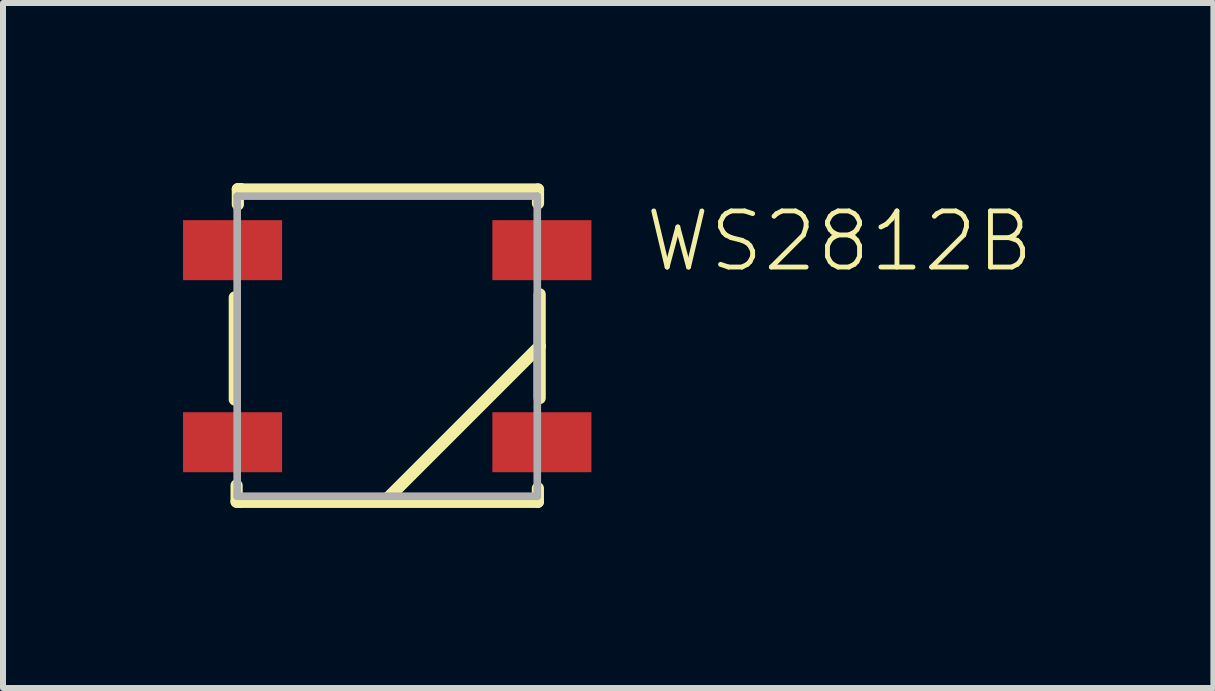
<source format=kicad_pcb>
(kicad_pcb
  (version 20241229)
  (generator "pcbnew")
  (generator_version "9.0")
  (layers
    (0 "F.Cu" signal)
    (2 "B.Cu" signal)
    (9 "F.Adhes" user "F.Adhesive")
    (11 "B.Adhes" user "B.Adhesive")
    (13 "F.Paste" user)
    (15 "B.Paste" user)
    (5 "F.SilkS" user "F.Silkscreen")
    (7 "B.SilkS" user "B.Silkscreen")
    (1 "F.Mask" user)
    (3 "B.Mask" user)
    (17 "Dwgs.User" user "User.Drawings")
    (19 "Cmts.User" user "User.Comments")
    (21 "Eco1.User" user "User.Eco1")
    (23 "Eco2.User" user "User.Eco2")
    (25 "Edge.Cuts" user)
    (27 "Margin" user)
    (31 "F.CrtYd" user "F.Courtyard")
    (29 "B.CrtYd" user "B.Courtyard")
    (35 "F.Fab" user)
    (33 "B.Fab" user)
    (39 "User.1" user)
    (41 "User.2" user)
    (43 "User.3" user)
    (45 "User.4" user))
  (footprint "WS2812B"
    (layer "F.Cu")
    (at 3.402 2.718)
    (property "Reference" "WS2812B" (at 4.254 -1.2 0) (unlocked yes) (layer "F.SilkS") (effects (font (size 0.935 0.935) (thickness 0.081)) (justify left bottom)))
    (fp_line (start -2.54 0.889) (end -2.54 -0.813) (stroke (width 0.203) (type solid)) (layer "F.SilkS"))
    (fp_line (start -2.51 2.319) (end -2.51 2.591) (stroke (width 0.203) (type solid)) (layer "F.SilkS"))
    (fp_line (start -2.51 2.591) (end -2.459 2.591) (stroke (width 0.203) (type solid)) (layer "F.SilkS"))
    (fp_line (start -2.489 -2.616) (end -2.438 -2.616) (stroke (width 0.203) (type solid)) (layer "F.SilkS"))
    (fp_line (start -2.489 -2.362) (end -2.489 -2.616) (stroke (width 0.203) (type solid)) (layer "F.SilkS"))
    (fp_line (start -2.459 2.591) (end -2.459 2.593) (stroke (width 0.203) (type solid)) (layer "F.SilkS"))
    (fp_line (start -2.459 2.593) (end 2.51 2.593) (stroke (width 0.203) (type solid)) (layer "F.SilkS"))
    (fp_line (start -2.438 -2.616) (end -2.438 -2.611) (stroke (width 0.203) (type solid)) (layer "F.SilkS"))
    (fp_line (start -2.438 -2.611) (end 2.512 -2.611) (stroke (width 0.203) (type solid)) (layer "F.SilkS"))
    (fp_line (start 2.51 2.593) (end 2.51 2.367) (stroke (width 0.203) (type solid)) (layer "F.SilkS"))
    (fp_line (start 2.512 -2.611) (end 2.512 -2.38) (stroke (width 0.203) (type solid)) (layer "F.SilkS"))
    (fp_line (start 2.54 -0.864) (end 2.54 0) (stroke (width 0.203) (type solid)) (layer "F.SilkS"))
    (fp_line (start 2.54 0) (end 0 2.54) (stroke (width 0.203) (type solid)) (layer "F.SilkS"))
    (fp_line (start 2.54 0) (end 2.54 0.864) (stroke (width 0.203) (type solid)) (layer "F.SilkS"))
    (fp_line (start -2.5 -2.5) (end -2.5 2.5) (stroke (width 0.127) (type solid)) (layer "F.Fab"))
    (fp_line (start -2.5 2.5) (end 2.5 2.5) (stroke (width 0.127) (type solid)) (layer "F.Fab"))
    (fp_line (start 2.5 -2.5) (end -2.5 -2.5) (stroke (width 0.127) (type solid)) (layer "F.Fab"))
    (fp_line (start 2.5 2.5) (end 2.5 -2.5) (stroke (width 0.127) (type solid)) (layer "F.Fab"))
    (pad "1" smd rect (at -2.577 -1.6) (size 1.651 1) (layers "F.Cu" "F.Mask" "F.Paste"))
    (pad "2" smd rect (at -2.577 1.6) (size 1.651 1) (layers "F.Cu" "F.Mask" "F.Paste"))
    (pad "3" smd rect (at 2.577 1.6) (size 1.651 1) (layers "F.Cu" "F.Mask" "F.Paste"))
    (pad "4" smd rect (at 2.577 -1.6) (size 1.651 1) (layers "F.Cu" "F.Mask" "F.Paste")))
  (gr_rect
    (start -3 -3)
    (end 17.167 8.413)
    (stroke (width 0.1) (type default))
    (fill no)
    (layer "Edge.Cuts")))
</source>
